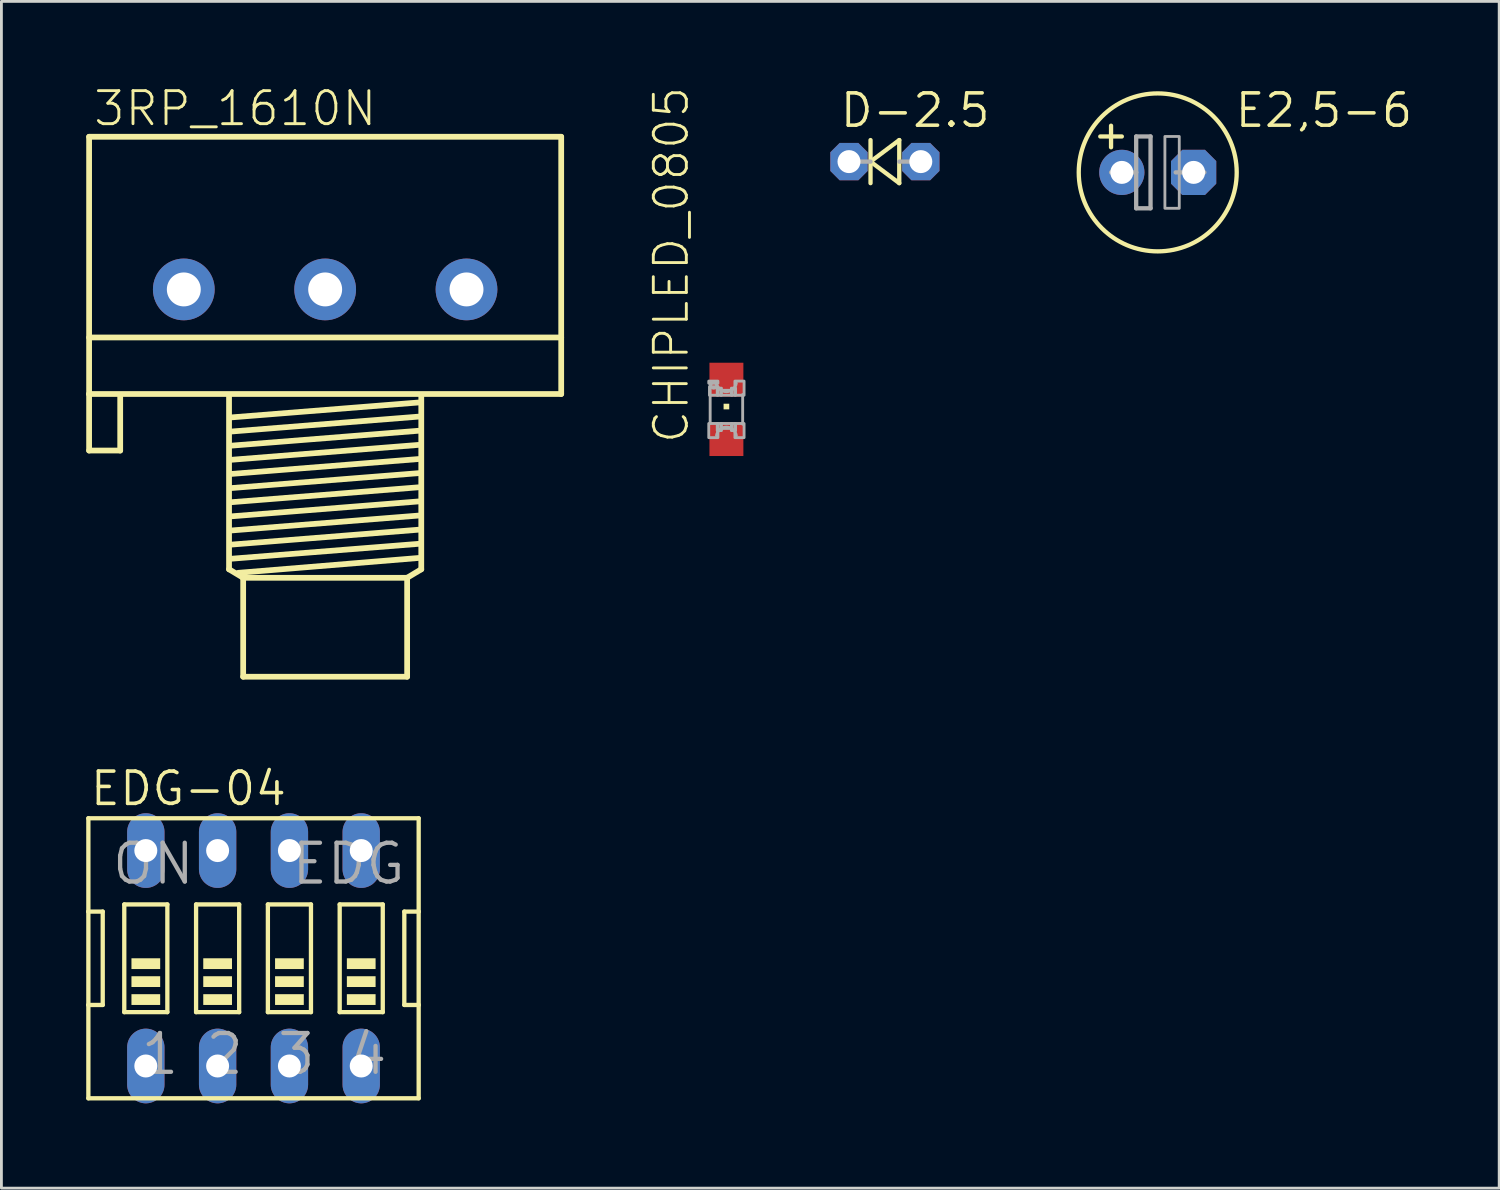
<source format=kicad_pcb>
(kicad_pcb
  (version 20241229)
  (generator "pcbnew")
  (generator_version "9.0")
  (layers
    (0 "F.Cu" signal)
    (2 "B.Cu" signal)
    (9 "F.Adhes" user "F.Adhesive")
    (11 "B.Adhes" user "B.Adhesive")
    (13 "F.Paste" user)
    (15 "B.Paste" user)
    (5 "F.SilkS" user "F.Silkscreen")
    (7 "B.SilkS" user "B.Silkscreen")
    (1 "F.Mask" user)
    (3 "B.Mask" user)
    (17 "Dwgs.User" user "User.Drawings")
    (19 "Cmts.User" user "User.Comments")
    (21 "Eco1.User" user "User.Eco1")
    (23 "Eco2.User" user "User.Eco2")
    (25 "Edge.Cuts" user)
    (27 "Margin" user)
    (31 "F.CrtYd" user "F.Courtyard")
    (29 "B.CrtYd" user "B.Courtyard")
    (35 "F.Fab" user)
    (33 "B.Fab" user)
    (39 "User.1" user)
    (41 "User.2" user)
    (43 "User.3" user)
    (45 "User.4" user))
  (footprint "EDG-04"
    (layer "F.Cu")
    (at 5.918 30.848)
    (property "Reference" "EDG-04" (at -5.842 -5.334 0) (layer "F.SilkS") (effects (font (size 1.143 1.143) (thickness 0.127)) (justify left bottom)))
    (fp_line (start -5.842 -4.953) (end -5.842 -1.651) (stroke (width 0.152) (type solid)) (layer "F.SilkS"))
    (fp_line (start -5.842 -1.651) (end -5.842 1.651) (stroke (width 0.152) (type solid)) (layer "F.SilkS"))
    (fp_line (start -5.842 1.651) (end -5.842 4.953) (stroke (width 0.152) (type solid)) (layer "F.SilkS"))
    (fp_line (start -5.842 1.651) (end -5.334 1.651) (stroke (width 0.152) (type solid)) (layer "F.SilkS"))
    (fp_line (start -5.842 4.953) (end 5.842 4.953) (stroke (width 0.152) (type solid)) (layer "F.SilkS"))
    (fp_line (start -5.334 -1.651) (end -5.842 -1.651) (stroke (width 0.152) (type solid)) (layer "F.SilkS"))
    (fp_line (start -5.334 1.651) (end -5.334 -1.651) (stroke (width 0.152) (type solid)) (layer "F.SilkS"))
    (fp_line (start -4.572 -1.905) (end -4.572 1.905) (stroke (width 0.152) (type solid)) (layer "F.SilkS"))
    (fp_line (start -4.572 -1.905) (end -3.048 -1.905) (stroke (width 0.152) (type solid)) (layer "F.SilkS"))
    (fp_line (start -3.048 1.905) (end -4.572 1.905) (stroke (width 0.152) (type solid)) (layer "F.SilkS"))
    (fp_line (start -3.048 1.905) (end -3.048 -1.905) (stroke (width 0.152) (type solid)) (layer "F.SilkS"))
    (fp_line (start -2.032 -1.905) (end -2.032 1.905) (stroke (width 0.152) (type solid)) (layer "F.SilkS"))
    (fp_line (start -2.032 -1.905) (end -0.508 -1.905) (stroke (width 0.152) (type solid)) (layer "F.SilkS"))
    (fp_line (start -0.508 1.905) (end -2.032 1.905) (stroke (width 0.152) (type solid)) (layer "F.SilkS"))
    (fp_line (start -0.508 1.905) (end -0.508 -1.905) (stroke (width 0.152) (type solid)) (layer "F.SilkS"))
    (fp_line (start 0.508 -1.905) (end 0.508 1.905) (stroke (width 0.152) (type solid)) (layer "F.SilkS"))
    (fp_line (start 0.508 -1.905) (end 2.032 -1.905) (stroke (width 0.152) (type solid)) (layer "F.SilkS"))
    (fp_line (start 2.032 1.905) (end 0.508 1.905) (stroke (width 0.152) (type solid)) (layer "F.SilkS"))
    (fp_line (start 2.032 1.905) (end 2.032 -1.905) (stroke (width 0.152) (type solid)) (layer "F.SilkS"))
    (fp_line (start 3.048 -1.905) (end 3.048 1.905) (stroke (width 0.152) (type solid)) (layer "F.SilkS"))
    (fp_line (start 3.048 -1.905) (end 4.572 -1.905) (stroke (width 0.152) (type solid)) (layer "F.SilkS"))
    (fp_line (start 4.572 1.905) (end 3.048 1.905) (stroke (width 0.152) (type solid)) (layer "F.SilkS"))
    (fp_line (start 4.572 1.905) (end 4.572 -1.905) (stroke (width 0.152) (type solid)) (layer "F.SilkS"))
    (fp_line (start 5.334 -1.651) (end 5.334 1.651) (stroke (width 0.152) (type solid)) (layer "F.SilkS"))
    (fp_line (start 5.334 1.651) (end 5.842 1.651) (stroke (width 0.152) (type solid)) (layer "F.SilkS"))
    (fp_line (start 5.842 -4.953) (end -5.842 -4.953) (stroke (width 0.152) (type solid)) (layer "F.SilkS"))
    (fp_line (start 5.842 -1.651) (end 5.334 -1.651) (stroke (width 0.152) (type solid)) (layer "F.SilkS"))
    (fp_line (start 5.842 -1.651) (end 5.842 -4.953) (stroke (width 0.152) (type solid)) (layer "F.SilkS"))
    (fp_line (start 5.842 1.651) (end 5.842 -1.651) (stroke (width 0.152) (type solid)) (layer "F.SilkS"))
    (fp_line (start 5.842 4.953) (end 5.842 1.651) (stroke (width 0.152) (type solid)) (layer "F.SilkS"))
    (fp_poly (pts (xy -4.318 0.381) (xy -3.302 0.381) (xy -3.302 0) (xy -4.318 0)) (stroke (width 0) (type solid)) (fill yes) (layer "F.SilkS"))
    (fp_poly (pts (xy -4.318 1.016) (xy -3.302 1.016) (xy -3.302 0.635) (xy -4.318 0.635)) (stroke (width 0) (type solid)) (fill yes) (layer "F.SilkS"))
    (fp_poly (pts (xy -4.318 1.651) (xy -3.302 1.651) (xy -3.302 1.27) (xy -4.318 1.27)) (stroke (width 0) (type solid)) (fill yes) (layer "F.SilkS"))
    (fp_poly (pts (xy -1.778 0.381) (xy -0.762 0.381) (xy -0.762 0) (xy -1.778 0)) (stroke (width 0) (type solid)) (fill yes) (layer "F.SilkS"))
    (fp_poly (pts (xy -1.778 1.016) (xy -0.762 1.016) (xy -0.762 0.635) (xy -1.778 0.635)) (stroke (width 0) (type solid)) (fill yes) (layer "F.SilkS"))
    (fp_poly (pts (xy -1.778 1.651) (xy -0.762 1.651) (xy -0.762 1.27) (xy -1.778 1.27)) (stroke (width 0) (type solid)) (fill yes) (layer "F.SilkS"))
    (fp_poly (pts (xy 0.762 0.381) (xy 1.778 0.381) (xy 1.778 0) (xy 0.762 0)) (stroke (width 0) (type solid)) (fill yes) (layer "F.SilkS"))
    (fp_poly (pts (xy 0.762 1.016) (xy 1.778 1.016) (xy 1.778 0.635) (xy 0.762 0.635)) (stroke (width 0) (type solid)) (fill yes) (layer "F.SilkS"))
    (fp_poly (pts (xy 0.762 1.651) (xy 1.778 1.651) (xy 1.778 1.27) (xy 0.762 1.27)) (stroke (width 0) (type solid)) (fill yes) (layer "F.SilkS"))
    (fp_poly (pts (xy 3.302 0.381) (xy 4.318 0.381) (xy 4.318 0) (xy 3.302 0)) (stroke (width 0) (type solid)) (fill yes) (layer "F.SilkS"))
    (fp_poly (pts (xy 3.302 1.016) (xy 4.318 1.016) (xy 4.318 0.635) (xy 3.302 0.635)) (stroke (width 0) (type solid)) (fill yes) (layer "F.SilkS"))
    (fp_poly (pts (xy 3.302 1.651) (xy 4.318 1.651) (xy 4.318 1.27) (xy 3.302 1.27)) (stroke (width 0) (type solid)) (fill yes) (layer "F.SilkS"))
    (fp_text user "1" (at -4.064 4.191 0) (layer "F.Fab") (effects (font (size 1.372 1.372) (thickness 0.152)) (justify left bottom)))
    (fp_text user "EDG" (at 1.27 -2.54 0) (layer "F.Fab") (effects (font (size 1.372 1.372) (thickness 0.152)) (justify left bottom)))
    (fp_text user "ON" (at -5.08 -2.54 0) (layer "F.Fab") (effects (font (size 1.372 1.372) (thickness 0.152)) (justify left bottom)))
    (fp_text user "4" (at 3.302 4.191 0) (layer "F.Fab") (effects (font (size 1.372 1.372) (thickness 0.152)) (justify left bottom)))
    (fp_text user "3" (at 0.762 4.191 0) (layer "F.Fab") (effects (font (size 1.372 1.372) (thickness 0.152)) (justify left bottom)))
    (fp_text user "2" (at -1.778 4.191 0) (layer "F.Fab") (effects (font (size 1.372 1.372) (thickness 0.152)) (justify left bottom)))
    (pad "1" thru_hole oval (at -3.81 3.81 90) (size 2.642 1.321) (drill 0.813) (layers "*.Cu" "*.Mask"))
    (pad "2" thru_hole oval (at -1.27 3.81 90) (size 2.642 1.321) (drill 0.813) (layers "*.Cu" "*.Mask"))
    (pad "3" thru_hole oval (at 1.27 3.81 90) (size 2.642 1.321) (drill 0.813) (layers "*.Cu" "*.Mask"))
    (pad "4" thru_hole oval (at 3.81 3.81 90) (size 2.642 1.321) (drill 0.813) (layers "*.Cu" "*.Mask"))
    (pad "5" thru_hole oval (at 3.81 -3.81 90) (size 2.642 1.321) (drill 0.813) (layers "*.Cu" "*.Mask"))
    (pad "6" thru_hole oval (at 1.27 -3.81 90) (size 2.642 1.321) (drill 0.813) (layers "*.Cu" "*.Mask"))
    (pad "7" thru_hole oval (at -1.27 -3.81 90) (size 2.642 1.321) (drill 0.813) (layers "*.Cu" "*.Mask"))
    (pad "8" thru_hole oval (at -3.81 -3.81 90) (size 2.642 1.321) (drill 0.813) (layers "*.Cu" "*.Mask")))
  (footprint "CHIPLED_0805"
    (layer "F.Cu")
    (at 22.646 11.431)
    (property "Reference" "CHIPLED_0805" (at -1.27 1.27 90) (layer "F.SilkS") (effects (font (size 1.168 1.168) (thickness 0.102)) (justify left bottom)))
    (fp_poly (pts (xy -0.1 0) (xy 0.1 0) (xy 0.1 -0.2) (xy -0.1 -0.2)) (stroke (width 0) (type solid)) (fill yes) (layer "F.SilkS"))
    (fp_line (start -0.575 0.5) (end -0.575 -0.925) (stroke (width 0.102) (type solid)) (layer "F.Fab"))
    (fp_line (start 0.575 -0.525) (end 0.575 0.525) (stroke (width 0.102) (type solid)) (layer "F.Fab"))
    (fp_arc (start -0.35 0.925) (mid -0.000001 0.625027) (end 0.35 0.924998) (stroke (width 0.1016) (type solid)) (layer "F.Fab"))
    (fp_arc (start 0.35 -0.924998) (mid -0.000001 -0.625027) (end -0.35 -0.925) (stroke (width 0.1016) (type solid)) (layer "F.Fab"))
    (fp_circle (center -0.45 -0.85) (end -0.347 -0.85) (stroke (width 0.102) (type solid)) (fill no) (layer "F.Fab"))
    (fp_poly (pts (xy -0.625 -0.925) (xy -0.3 -0.925) (xy -0.3 -1) (xy -0.625 -1)) (stroke (width 0.1) (type solid)) (fill no) (layer "F.Fab"))
    (fp_poly (pts (xy -0.625 1) (xy -0.3 1) (xy -0.3 0.5) (xy -0.625 0.5)) (stroke (width 0.1) (type solid)) (fill no) (layer "F.Fab"))
    (fp_poly (pts (xy -0.6 -0.5) (xy -0.3 -0.5) (xy -0.3 -0.8) (xy -0.6 -0.8)) (stroke (width 0.1) (type solid)) (fill no) (layer "F.Fab"))
    (fp_poly (pts (xy -0.325 -0.5) (xy -0.175 -0.5) (xy -0.175 -0.75) (xy -0.325 -0.75)) (stroke (width 0.1) (type solid)) (fill no) (layer "F.Fab"))
    (fp_poly (pts (xy -0.325 0.75) (xy -0.175 0.75) (xy -0.175 0.5) (xy -0.325 0.5)) (stroke (width 0.1) (type solid)) (fill no) (layer "F.Fab"))
    (fp_poly (pts (xy -0.2 -0.5) (xy 0.2 -0.5) (xy 0.2 -0.675) (xy -0.2 -0.675)) (stroke (width 0.1) (type solid)) (fill no) (layer "F.Fab"))
    (fp_poly (pts (xy -0.2 0.675) (xy 0.2 0.675) (xy 0.2 0.5) (xy -0.2 0.5)) (stroke (width 0.1) (type solid)) (fill no) (layer "F.Fab"))
    (fp_poly (pts (xy 0.175 -0.5) (xy 0.325 -0.5) (xy 0.325 -0.75) (xy 0.175 -0.75)) (stroke (width 0.1) (type solid)) (fill no) (layer "F.Fab"))
    (fp_poly (pts (xy 0.175 0.75) (xy 0.325 0.75) (xy 0.325 0.5) (xy 0.175 0.5)) (stroke (width 0.1) (type solid)) (fill no) (layer "F.Fab"))
    (fp_poly (pts (xy 0.3 -0.5) (xy 0.625 -0.5) (xy 0.625 -1) (xy 0.3 -1)) (stroke (width 0.1) (type solid)) (fill no) (layer "F.Fab"))
    (fp_poly (pts (xy 0.3 1) (xy 0.625 1) (xy 0.625 0.5) (xy 0.3 0.5)) (stroke (width 0.1) (type solid)) (fill no) (layer "F.Fab"))
    (pad "A" smd rect (at 0 1.05) (size 1.2 1.2) (layers "F.Cu" "F.Mask" "F.Paste"))
    (pad "C" smd rect (at 0 -1.05) (size 1.2 1.2) (layers "F.Cu" "F.Mask" "F.Paste")))
  (footprint "3RP_1610N"
    (layer "F.Cu")
    (at 8.452 7.188)
    (property "Reference" "3RP_1610N" (at -8.255 -5.715 0) (layer "F.SilkS") (effects (font (size 1.168 1.168) (thickness 0.102)) (justify left bottom)))
    (fp_line (start -8.35 -5.4) (end 8.35 -5.4) (stroke (width 0.203) (type solid)) (layer "F.SilkS"))
    (fp_line (start -8.35 1.7) (end 8.35 1.7) (stroke (width 0.203) (type solid)) (layer "F.SilkS"))
    (fp_line (start -8.35 3.7) (end -8.35 -5.4) (stroke (width 0.203) (type solid)) (layer "F.SilkS"))
    (fp_line (start -8.35 3.7) (end -8.35 5.7) (stroke (width 0.203) (type solid)) (layer "F.SilkS"))
    (fp_line (start -8.35 3.7) (end 8.35 3.7) (stroke (width 0.203) (type solid)) (layer "F.SilkS"))
    (fp_line (start -8.35 5.7) (end -7.25 5.7) (stroke (width 0.203) (type solid)) (layer "F.SilkS"))
    (fp_line (start -7.25 5.7) (end -7.25 3.8) (stroke (width 0.203) (type solid)) (layer "F.SilkS"))
    (fp_line (start -3.4 3.8) (end -3.4 9.9) (stroke (width 0.203) (type solid)) (layer "F.SilkS"))
    (fp_line (start -3.4 9.9) (end -2.9 10.2) (stroke (width 0.203) (type solid)) (layer "F.SilkS"))
    (fp_line (start -3.3 4.525) (end 3.3 4) (stroke (width 0.203) (type solid)) (layer "F.SilkS"))
    (fp_line (start -3.3 5.025) (end 3.3 4.5) (stroke (width 0.203) (type solid)) (layer "F.SilkS"))
    (fp_line (start -3.3 5.525) (end 3.3 5) (stroke (width 0.203) (type solid)) (layer "F.SilkS"))
    (fp_line (start -3.3 6.025) (end 3.3 5.5) (stroke (width 0.203) (type solid)) (layer "F.SilkS"))
    (fp_line (start -3.3 6.525) (end 3.3 6) (stroke (width 0.203) (type solid)) (layer "F.SilkS"))
    (fp_line (start -3.3 7.025) (end 3.3 6.5) (stroke (width 0.203) (type solid)) (layer "F.SilkS"))
    (fp_line (start -3.3 7.525) (end 3.3 7) (stroke (width 0.203) (type solid)) (layer "F.SilkS"))
    (fp_line (start -3.3 8.025) (end 3.3 7.5) (stroke (width 0.203) (type solid)) (layer "F.SilkS"))
    (fp_line (start -3.3 8.525) (end 3.3 8) (stroke (width 0.203) (type solid)) (layer "F.SilkS"))
    (fp_line (start -3.3 9.025) (end 3.3 8.5) (stroke (width 0.203) (type solid)) (layer "F.SilkS"))
    (fp_line (start -3.3 9.525) (end 3.3 9) (stroke (width 0.203) (type solid)) (layer "F.SilkS"))
    (fp_line (start -3.075 10.025) (end 3.3 9.5) (stroke (width 0.203) (type solid)) (layer "F.SilkS"))
    (fp_line (start -2.9 10.2) (end -2.9 13.7) (stroke (width 0.203) (type solid)) (layer "F.SilkS"))
    (fp_line (start -2.9 10.2) (end 2.9 10.2) (stroke (width 0.203) (type solid)) (layer "F.SilkS"))
    (fp_line (start -2.9 13.7) (end 2.9 13.7) (stroke (width 0.203) (type solid)) (layer "F.SilkS"))
    (fp_line (start 2.9 10.2) (end 3.4 9.9) (stroke (width 0.203) (type solid)) (layer "F.SilkS"))
    (fp_line (start 2.9 13.7) (end 2.9 10.2) (stroke (width 0.203) (type solid)) (layer "F.SilkS"))
    (fp_line (start 3.4 9.9) (end 3.4 3.8) (stroke (width 0.203) (type solid)) (layer "F.SilkS"))
    (fp_line (start 8.35 3.7) (end 8.35 -5.4) (stroke (width 0.203) (type solid)) (layer "F.SilkS"))
    (pad "1" thru_hole circle (at -5 0) (size 2.184 2.184) (drill 1.2) (layers "*.Cu" "*.Mask"))
    (pad "2" thru_hole circle (at 0 0) (size 2.184 2.184) (drill 1.2) (layers "*.Cu" "*.Mask"))
    (pad "3" thru_hole circle (at 5 0) (size 2.184 2.184) (drill 1.2) (layers "*.Cu" "*.Mask")))
  (footprint "D-2.5"
    (layer "F.Cu")
    (at 28.252 2.667)
    (property "Reference" "D-2.5" (at -1.651 -1.143 0) (layer "F.SilkS") (effects (font (size 1.143 1.143) (thickness 0.127)) (justify left bottom)))
    (fp_line (start -0.508 -0.762) (end -0.508 0) (stroke (width 0.152) (type solid)) (layer "F.SilkS"))
    (fp_line (start -0.508 0) (end -0.508 0.762) (stroke (width 0.152) (type solid)) (layer "F.SilkS"))
    (fp_line (start -0.508 0) (end 0.508 0.762) (stroke (width 0.152) (type solid)) (layer "F.SilkS"))
    (fp_line (start 0.508 -0.762) (end -0.508 0) (stroke (width 0.152) (type solid)) (layer "F.SilkS"))
    (fp_line (start 0.508 0.762) (end 0.508 -0.762) (stroke (width 0.152) (type solid)) (layer "F.SilkS"))
    (fp_line (start -0.508 0) (end -1.27 0) (stroke (width 0.152) (type solid)) (layer "F.Fab"))
    (fp_line (start 1.27 0) (end 0.508 0) (stroke (width 0.152) (type solid)) (layer "F.Fab"))
    (pad "A" thru_hole roundrect (at 1.27 0) (size 1.321 1.321) (drill 0.813) (layers "*.Cu" "*.Mask") (roundrect_rratio 0.25) (chamfer_ratio 0.25) (chamfer top_left top_right bottom_left bottom_right))
    (pad "C" thru_hole roundrect (at -1.27 0) (size 1.321 1.321) (drill 0.813) (layers "*.Cu" "*.Mask") (roundrect_rratio 0.25) (chamfer_ratio 0.25) (chamfer top_left top_right bottom_left bottom_right)))
  (footprint "E2,5-6"
    (layer "F.Cu")
    (at 37.903 3.048)
    (property "Reference" "E2,5-6" (at 2.667 -1.524 0) (layer "F.SilkS") (effects (font (size 1.143 1.143) (thickness 0.127)) (justify left bottom)))
    (fp_line (start -2.032 -1.27) (end -1.651 -1.27) (stroke (width 0.152) (type solid)) (layer "F.SilkS"))
    (fp_line (start -1.651 -1.27) (end -1.651 -1.651) (stroke (width 0.152) (type solid)) (layer "F.SilkS"))
    (fp_line (start -1.651 -1.27) (end -1.27 -1.27) (stroke (width 0.152) (type solid)) (layer "F.SilkS"))
    (fp_line (start -1.651 -0.889) (end -1.651 -1.27) (stroke (width 0.152) (type solid)) (layer "F.SilkS"))
    (fp_circle (center 0 0) (end 2.794 0) (stroke (width 0.152) (type solid)) (fill no) (layer "F.SilkS"))
    (fp_line (start -1.651 0) (end -0.762 0) (stroke (width 0.152) (type solid)) (layer "F.Fab"))
    (fp_line (start -0.762 -1.27) (end -0.762 0) (stroke (width 0.152) (type solid)) (layer "F.Fab"))
    (fp_line (start -0.762 0) (end -0.762 1.27) (stroke (width 0.152) (type solid)) (layer "F.Fab"))
    (fp_line (start -0.762 1.27) (end -0.254 1.27) (stroke (width 0.152) (type solid)) (layer "F.Fab"))
    (fp_line (start -0.254 -1.27) (end -0.762 -1.27) (stroke (width 0.152) (type solid)) (layer "F.Fab"))
    (fp_line (start -0.254 1.27) (end -0.254 -1.27) (stroke (width 0.152) (type solid)) (layer "F.Fab"))
    (fp_line (start 0.635 0) (end 1.651 0) (stroke (width 0.152) (type solid)) (layer "F.Fab"))
    (fp_poly (pts (xy 0.254 1.27) (xy 0.762 1.27) (xy 0.762 -1.27) (xy 0.254 -1.27)) (stroke (width 0.1) (type solid)) (fill no) (layer "F.Fab"))
    (pad "+" thru_hole circle (at -1.27 0) (size 1.6 1.6) (drill 0.813) (layers "*.Cu" "*.Mask"))
    (pad "-" thru_hole roundrect (at 1.27 0) (size 1.6 1.6) (drill 0.813) (layers "*.Cu" "*.Mask") (roundrect_rratio 0.25) (chamfer_ratio 0.25) (chamfer top_left top_right bottom_left bottom_right)))
  (gr_rect
    (start -3 -3)
    (end 49.982 38.979)
    (stroke (width 0.1) (type default))
    (fill no)
    (layer "Edge.Cuts")))
</source>
